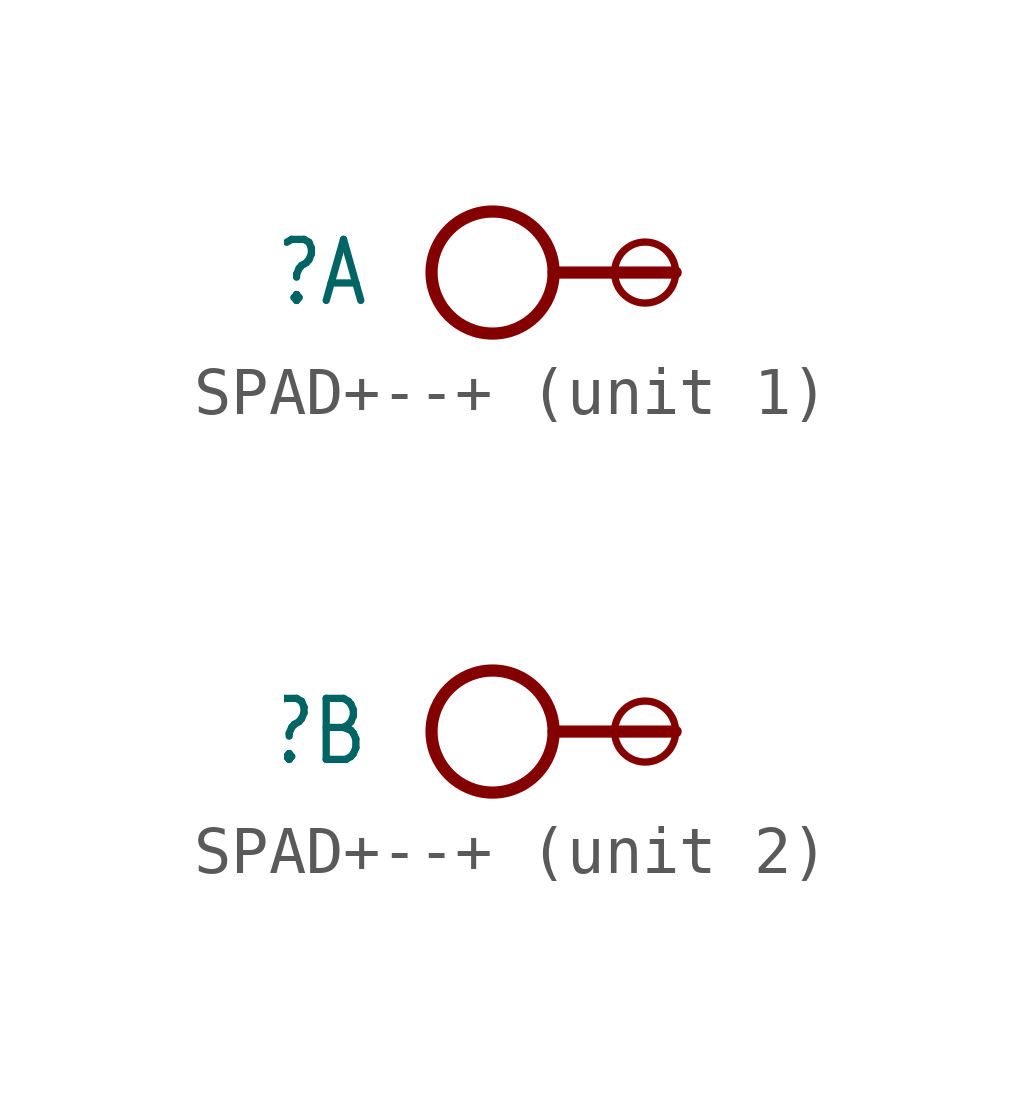
<source format=kicad_sym>
(kicad_symbol_lib
  (version 20201005)
  (generator kicad_symbol_editor)
  (symbol "SPAD+--+"
    (property "Reference" "J"
      (at -6.35 0 0)
      (effects (font (size 1.27 1.079)) (justify right)))
    (property "ki_locked" ""
      (at 0 0 0)
      (effects (font (size 1.27 1.27))))
    (symbol "SPAD+--+_1_0"
      (circle (center -3.81 0) (radius 1.27) (stroke (width 0.254)) (fill (type none)))
      (polyline (pts (xy 0 0) (xy -2.54 0)) (stroke (width 0.254)) (fill (type none)))
      (pin passive inverted (at 0 0 0) (length 0) (name "P$1" (effects (font (size 0 0)))) (number "1" (effects (font (size 0 0))))))
    (symbol "SPAD+--+_2_0"
      (circle (center -3.81 0) (radius 1.27) (stroke (width 0.254)) (fill (type none)))
      (polyline (pts (xy 0 0) (xy -2.54 0)) (stroke (width 0.254)) (fill (type none)))
      (pin passive inverted (at 0 0 0) (length 0) (name "P$1" (effects (font (size 0 0)))) (number "2" (effects (font (size 0 0))))))))
</source>
